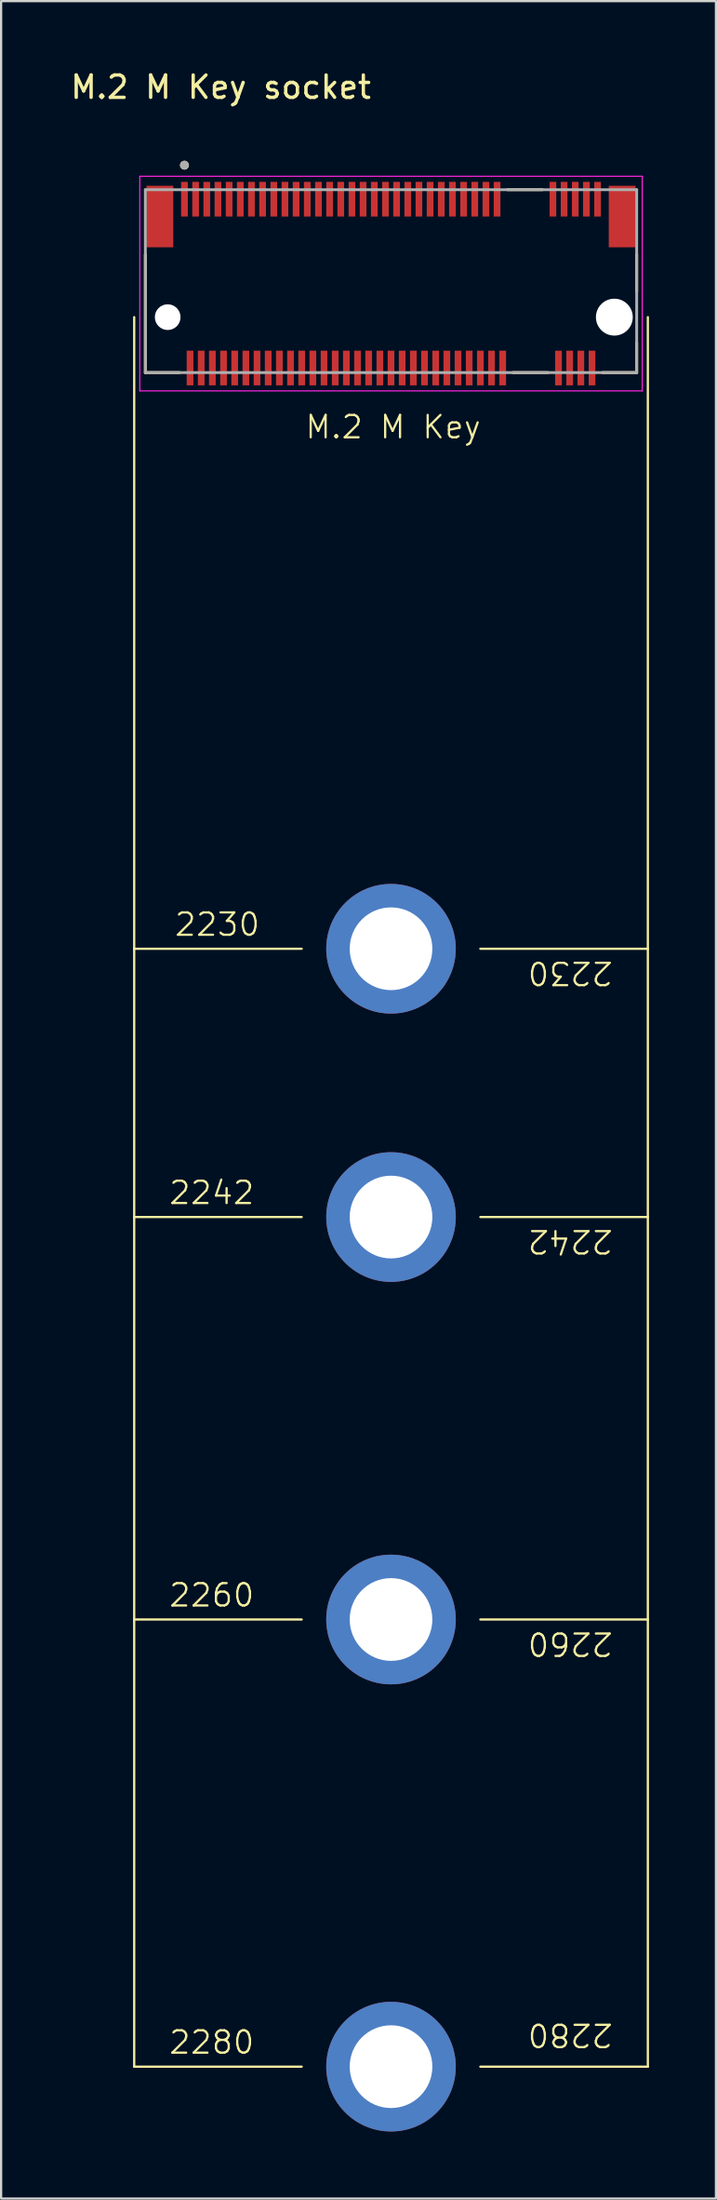
<source format=kicad_pcb>
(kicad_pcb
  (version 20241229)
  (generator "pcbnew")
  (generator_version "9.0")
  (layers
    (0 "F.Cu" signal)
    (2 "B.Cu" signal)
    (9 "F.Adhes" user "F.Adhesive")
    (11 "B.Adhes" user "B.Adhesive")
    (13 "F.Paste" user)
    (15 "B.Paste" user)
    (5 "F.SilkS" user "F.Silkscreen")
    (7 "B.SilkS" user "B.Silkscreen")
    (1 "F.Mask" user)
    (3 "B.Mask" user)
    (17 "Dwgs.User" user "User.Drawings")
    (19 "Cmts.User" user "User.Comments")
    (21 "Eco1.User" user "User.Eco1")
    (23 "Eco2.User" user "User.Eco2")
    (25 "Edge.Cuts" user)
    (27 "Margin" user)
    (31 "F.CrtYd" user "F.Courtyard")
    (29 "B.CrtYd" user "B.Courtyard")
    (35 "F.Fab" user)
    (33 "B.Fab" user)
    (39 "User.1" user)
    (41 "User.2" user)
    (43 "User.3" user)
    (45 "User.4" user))
  (footprint "M.2 M Key socket"
    (layer "F.Cu")
    (at 14.459 11.135)
    (property "Reference" "M.2 M Key socket" (at -7.62 -10.287 0) (layer "F.SilkS") (effects (font (size 1 1) (thickness 0.15))))
    (fp_line (start -11.5 0) (end -11.5 78.25) (stroke (width 0.1) (type default)) (layer "F.SilkS"))
    (fp_line (start -11.5 28.25) (end -4 28.25) (stroke (width 0.1) (type default)) (layer "F.SilkS"))
    (fp_line (start -11.5 40.25) (end -4 40.25) (stroke (width 0.1) (type default)) (layer "F.SilkS"))
    (fp_line (start -11.5 58.25) (end -4 58.25) (stroke (width 0.1) (type default)) (layer "F.SilkS"))
    (fp_line (start -11.5 78.25) (end -4 78.25) (stroke (width 0.1) (type default)) (layer "F.SilkS"))
    (fp_line (start -11 2.48) (end -11 -2.805) (stroke (width 0.127) (type solid)) (layer "F.SilkS"))
    (fp_line (start -9.47 2.48) (end -11 2.48) (stroke (width 0.127) (type solid)) (layer "F.SilkS"))
    (fp_line (start 4 28.25) (end 11.5 28.25) (stroke (width 0.1) (type default)) (layer "F.SilkS"))
    (fp_line (start 4 40.25) (end 11.5 40.25) (stroke (width 0.1) (type default)) (layer "F.SilkS"))
    (fp_line (start 4 58.25) (end 11.5 58.25) (stroke (width 0.1) (type default)) (layer "F.SilkS"))
    (fp_line (start 4 78.25) (end 11.5 78.25) (stroke (width 0.1) (type default)) (layer "F.SilkS"))
    (fp_line (start 5.213 -5.7) (end 6.777 -5.7) (stroke (width 0.127) (type solid)) (layer "F.SilkS"))
    (fp_line (start 5.463 2.48) (end 7.027 2.48) (stroke (width 0.127) (type solid)) (layer "F.SilkS"))
    (fp_line (start 11 -2.805) (end 11 -1.145) (stroke (width 0.127) (type solid)) (layer "F.SilkS"))
    (fp_line (start 11 2.48) (end 9.47 2.48) (stroke (width 0.127) (type solid)) (layer "F.SilkS"))
    (fp_line (start 11 2.48) (end 11 1.145) (stroke (width 0.127) (type solid)) (layer "F.SilkS"))
    (fp_line (start 11.5 78.25) (end 11.5 0) (stroke (width 0.1) (type default)) (layer "F.SilkS"))
    (fp_circle (center -9.25 -6.796) (end -9.15 -6.796) (stroke (width 0.2) (type solid)) (fill no) (layer "F.SilkS"))
    (fp_line (start -11.25 -6.3) (end -11.25 3.3) (stroke (width 0.05) (type solid)) (layer "F.CrtYd"))
    (fp_line (start -11.25 3.3) (end 11.25 3.3) (stroke (width 0.05) (type solid)) (layer "F.CrtYd"))
    (fp_line (start 11.25 -6.3) (end -11.25 -6.3) (stroke (width 0.05) (type solid)) (layer "F.CrtYd"))
    (fp_line (start 11.25 3.3) (end 11.25 -6.3) (stroke (width 0.05) (type solid)) (layer "F.CrtYd"))
    (fp_line (start -11 -5.7) (end 11 -5.7) (stroke (width 0.127) (type solid)) (layer "F.Fab"))
    (fp_line (start -11 2.48) (end -11 -5.7) (stroke (width 0.127) (type solid)) (layer "F.Fab"))
    (fp_line (start 11 -5.7) (end 11 2.48) (stroke (width 0.127) (type solid)) (layer "F.Fab"))
    (fp_line (start 11 2.48) (end -11 2.48) (stroke (width 0.127) (type solid)) (layer "F.Fab"))
    (fp_circle (center -9.25 -6.796) (end -9.15 -6.796) (stroke (width 0.2) (type solid)) (fill no) (layer "F.Fab"))
    (fp_text user "M.2 M Key" (at -3.9 5.5 0) (unlocked yes) (layer "F.SilkS") (effects (font (size 1 1) (thickness 0.1)) (justify left bottom)))
    (fp_text user "2242" (at 10 40.75 180) (unlocked yes) (layer "F.SilkS") (effects (font (size 1 1) (thickness 0.1)) (justify left bottom)))
    (fp_text user "2230" (at -9.75 27.75 0) (unlocked yes) (layer "F.SilkS") (effects (font (size 1 1) (thickness 0.1)) (justify left bottom)))
    (fp_text user "2230" (at 10 28.75 180) (unlocked yes) (layer "F.SilkS") (effects (font (size 1 1) (thickness 0.1)) (justify left bottom)))
    (fp_text user "2280" (at 10 76.25 180) (unlocked yes) (layer "F.SilkS") (effects (font (size 1 1) (thickness 0.1)) (justify left bottom)))
    (fp_text user "2260" (at 10 58.75 180) (unlocked yes) (layer "F.SilkS") (effects (font (size 1 1) (thickness 0.1)) (justify left bottom)))
    (fp_text user "2280" (at -10 77.75 0) (unlocked yes) (layer "F.SilkS") (effects (font (size 1 1) (thickness 0.1)) (justify left bottom)))
    (fp_text user "2242" (at -10 39.75 0) (unlocked yes) (layer "F.SilkS") (effects (font (size 1 1) (thickness 0.1)) (justify left bottom)))
    (fp_text user "2260" (at -10 57.75 0) (unlocked yes) (layer "F.SilkS") (effects (font (size 1 1) (thickness 0.1)) (justify left bottom)))
    (pad "" np_thru_hole circle (at -10 0) (size 1.15 1.15) (drill 1.15) (layers "*.Cu" "*.Mask"))
    (pad "" np_thru_hole circle (at 10 0) (size 1.65 1.65) (drill 1.65) (layers "*.Cu" "*.Mask"))
    (pad "1" smd rect (at -9.25 -5.275) (size 0.3 1.55) (layers "F.Cu" "F.Mask" "F.Paste"))
    (pad "2" smd rect (at -9 2.275) (size 0.3 1.55) (layers "F.Cu" "F.Mask" "F.Paste"))
    (pad "3" smd rect (at -8.75 -5.275) (size 0.3 1.55) (layers "F.Cu" "F.Mask" "F.Paste"))
    (pad "4" smd rect (at -8.5 2.275) (size 0.3 1.55) (layers "F.Cu" "F.Mask" "F.Paste"))
    (pad "5" smd rect (at -8.25 -5.275) (size 0.3 1.55) (layers "F.Cu" "F.Mask" "F.Paste"))
    (pad "6" smd rect (at -8 2.275) (size 0.3 1.55) (layers "F.Cu" "F.Mask" "F.Paste"))
    (pad "7" smd rect (at -7.75 -5.275) (size 0.3 1.55) (layers "F.Cu" "F.Mask" "F.Paste"))
    (pad "8" smd rect (at -7.5 2.275) (size 0.3 1.55) (layers "F.Cu" "F.Mask" "F.Paste"))
    (pad "9" smd rect (at -7.25 -5.275) (size 0.3 1.55) (layers "F.Cu" "F.Mask" "F.Paste"))
    (pad "10" smd rect (at -7 2.275) (size 0.3 1.55) (layers "F.Cu" "F.Mask" "F.Paste"))
    (pad "11" smd rect (at -6.75 -5.275) (size 0.3 1.55) (layers "F.Cu" "F.Mask" "F.Paste"))
    (pad "12" smd rect (at -6.5 2.275) (size 0.3 1.55) (layers "F.Cu" "F.Mask" "F.Paste"))
    (pad "13" smd rect (at -6.25 -5.275) (size 0.3 1.55) (layers "F.Cu" "F.Mask" "F.Paste"))
    (pad "14" smd rect (at -6 2.275) (size 0.3 1.55) (layers "F.Cu" "F.Mask" "F.Paste"))
    (pad "15" smd rect (at -5.75 -5.275) (size 0.3 1.55) (layers "F.Cu" "F.Mask" "F.Paste"))
    (pad "16" smd rect (at -5.5 2.275) (size 0.3 1.55) (layers "F.Cu" "F.Mask" "F.Paste"))
    (pad "17" smd rect (at -5.25 -5.275) (size 0.3 1.55) (layers "F.Cu" "F.Mask" "F.Paste"))
    (pad "18" smd rect (at -5 2.275) (size 0.3 1.55) (layers "F.Cu" "F.Mask" "F.Paste"))
    (pad "19" smd rect (at -4.75 -5.275) (size 0.3 1.55) (layers "F.Cu" "F.Mask" "F.Paste"))
    (pad "20" smd rect (at -4.5 2.275) (size 0.3 1.55) (layers "F.Cu" "F.Mask" "F.Paste"))
    (pad "21" smd rect (at -4.25 -5.275) (size 0.3 1.55) (layers "F.Cu" "F.Mask" "F.Paste"))
    (pad "22" smd rect (at -4 2.275) (size 0.3 1.55) (layers "F.Cu" "F.Mask" "F.Paste"))
    (pad "23" smd rect (at -3.75 -5.275) (size 0.3 1.55) (layers "F.Cu" "F.Mask" "F.Paste"))
    (pad "24" smd rect (at -3.5 2.275) (size 0.3 1.55) (layers "F.Cu" "F.Mask" "F.Paste"))
    (pad "25" smd rect (at -3.25 -5.275) (size 0.3 1.55) (layers "F.Cu" "F.Mask" "F.Paste"))
    (pad "26" smd rect (at -3 2.275) (size 0.3 1.55) (layers "F.Cu" "F.Mask" "F.Paste"))
    (pad "27" smd rect (at -2.75 -5.275) (size 0.3 1.55) (layers "F.Cu" "F.Mask" "F.Paste"))
    (pad "28" smd rect (at -2.5 2.275) (size 0.3 1.55) (layers "F.Cu" "F.Mask" "F.Paste"))
    (pad "29" smd rect (at -2.25 -5.275) (size 0.3 1.55) (layers "F.Cu" "F.Mask" "F.Paste"))
    (pad "30" smd rect (at -2 2.275) (size 0.3 1.55) (layers "F.Cu" "F.Mask" "F.Paste"))
    (pad "31" smd rect (at -1.75 -5.275) (size 0.3 1.55) (layers "F.Cu" "F.Mask" "F.Paste"))
    (pad "32" smd rect (at -1.5 2.275) (size 0.3 1.55) (layers "F.Cu" "F.Mask" "F.Paste"))
    (pad "33" smd rect (at -1.25 -5.275) (size 0.3 1.55) (layers "F.Cu" "F.Mask" "F.Paste"))
    (pad "34" smd rect (at -1 2.275) (size 0.3 1.55) (layers "F.Cu" "F.Mask" "F.Paste"))
    (pad "35" smd rect (at -0.75 -5.275) (size 0.3 1.55) (layers "F.Cu" "F.Mask" "F.Paste"))
    (pad "36" smd rect (at -0.5 2.275) (size 0.3 1.55) (layers "F.Cu" "F.Mask" "F.Paste"))
    (pad "37" smd rect (at -0.25 -5.275) (size 0.3 1.55) (layers "F.Cu" "F.Mask" "F.Paste"))
    (pad "38" smd rect (at 0 2.275) (size 0.3 1.55) (layers "F.Cu" "F.Mask" "F.Paste"))
    (pad "39" smd rect (at 0.25 -5.275) (size 0.3 1.55) (layers "F.Cu" "F.Mask" "F.Paste"))
    (pad "40" smd rect (at 0.5 2.275) (size 0.3 1.55) (layers "F.Cu" "F.Mask" "F.Paste"))
    (pad "41" smd rect (at 0.75 -5.275) (size 0.3 1.55) (layers "F.Cu" "F.Mask" "F.Paste"))
    (pad "42" smd rect (at 1 2.275) (size 0.3 1.55) (layers "F.Cu" "F.Mask" "F.Paste"))
    (pad "43" smd rect (at 1.25 -5.275) (size 0.3 1.55) (layers "F.Cu" "F.Mask" "F.Paste"))
    (pad "44" smd rect (at 1.5 2.275) (size 0.3 1.55) (layers "F.Cu" "F.Mask" "F.Paste"))
    (pad "45" smd rect (at 1.75 -5.275) (size 0.3 1.55) (layers "F.Cu" "F.Mask" "F.Paste"))
    (pad "46" smd rect (at 2 2.275) (size 0.3 1.55) (layers "F.Cu" "F.Mask" "F.Paste"))
    (pad "47" smd rect (at 2.25 -5.275) (size 0.3 1.55) (layers "F.Cu" "F.Mask" "F.Paste"))
    (pad "48" smd rect (at 2.5 2.275) (size 0.3 1.55) (layers "F.Cu" "F.Mask" "F.Paste"))
    (pad "49" smd rect (at 2.75 -5.275) (size 0.3 1.55) (layers "F.Cu" "F.Mask" "F.Paste"))
    (pad "50" smd rect (at 3 2.275) (size 0.3 1.55) (layers "F.Cu" "F.Mask" "F.Paste"))
    (pad "51" smd rect (at 3.25 -5.275) (size 0.3 1.55) (layers "F.Cu" "F.Mask" "F.Paste"))
    (pad "52" smd rect (at 3.5 2.275) (size 0.3 1.55) (layers "F.Cu" "F.Mask" "F.Paste"))
    (pad "53" smd rect (at 3.75 -5.275) (size 0.3 1.55) (layers "F.Cu" "F.Mask" "F.Paste"))
    (pad "54" smd rect (at 4 2.275) (size 0.3 1.55) (layers "F.Cu" "F.Mask" "F.Paste"))
    (pad "55" smd rect (at 4.25 -5.275) (size 0.3 1.55) (layers "F.Cu" "F.Mask" "F.Paste"))
    (pad "56" smd rect (at 4.5 2.275) (size 0.3 1.55) (layers "F.Cu" "F.Mask" "F.Paste"))
    (pad "57" smd rect (at 4.75 -5.275) (size 0.3 1.55) (layers "F.Cu" "F.Mask" "F.Paste"))
    (pad "58" smd rect (at 5 2.275) (size 0.3 1.55) (layers "F.Cu" "F.Mask" "F.Paste"))
    (pad "67" smd rect (at 7.25 -5.275) (size 0.3 1.55) (layers "F.Cu" "F.Mask" "F.Paste"))
    (pad "68" smd rect (at 7.5 2.275) (size 0.3 1.55) (layers "F.Cu" "F.Mask" "F.Paste"))
    (pad "69" smd rect (at 7.75 -5.275) (size 0.3 1.55) (layers "F.Cu" "F.Mask" "F.Paste"))
    (pad "70" smd rect (at 8 2.275) (size 0.3 1.55) (layers "F.Cu" "F.Mask" "F.Paste"))
    (pad "71" smd rect (at 8.25 -5.275) (size 0.3 1.55) (layers "F.Cu" "F.Mask" "F.Paste"))
    (pad "72" smd rect (at 8.5 2.275) (size 0.3 1.55) (layers "F.Cu" "F.Mask" "F.Paste"))
    (pad "73" smd rect (at 8.75 -5.275) (size 0.3 1.55) (layers "F.Cu" "F.Mask" "F.Paste"))
    (pad "74" smd rect (at 9 2.275) (size 0.3 1.55) (layers "F.Cu" "F.Mask" "F.Paste"))
    (pad "75" smd rect (at 9.25 -5.275) (size 0.3 1.55) (layers "F.Cu" "F.Mask" "F.Paste"))
    (pad "M1" thru_hole circle (at 0 28.25) (size 5.8 5.8) (drill 3.7) (layers "*.Cu" "*.Mask"))
    (pad "M2" thru_hole circle (at 0 40.25) (size 5.8 5.8) (drill 3.7) (layers "*.Cu" "*.Mask"))
    (pad "M3" thru_hole circle (at 0 58.25) (size 5.8 5.8) (drill 3.7) (layers "*.Cu" "*.Mask"))
    (pad "M4" thru_hole circle (at 0 78.25) (size 5.8 5.8) (drill 3.7) (layers "*.Cu" "*.Mask"))
    (pad "S1" smd rect (at -10.35 -4.5) (size 1.2 2.75) (layers "F.Cu" "F.Mask" "F.Paste"))
    (pad "S2" smd rect (at 10.35 -4.5) (size 1.2 2.75) (layers "F.Cu" "F.Mask" "F.Paste")))
  (gr_rect
    (start -3 -3)
    (end 29.009 95.285)
    (stroke (width 0.1) (type default))
    (fill no)
    (layer "Edge.Cuts")))
</source>
